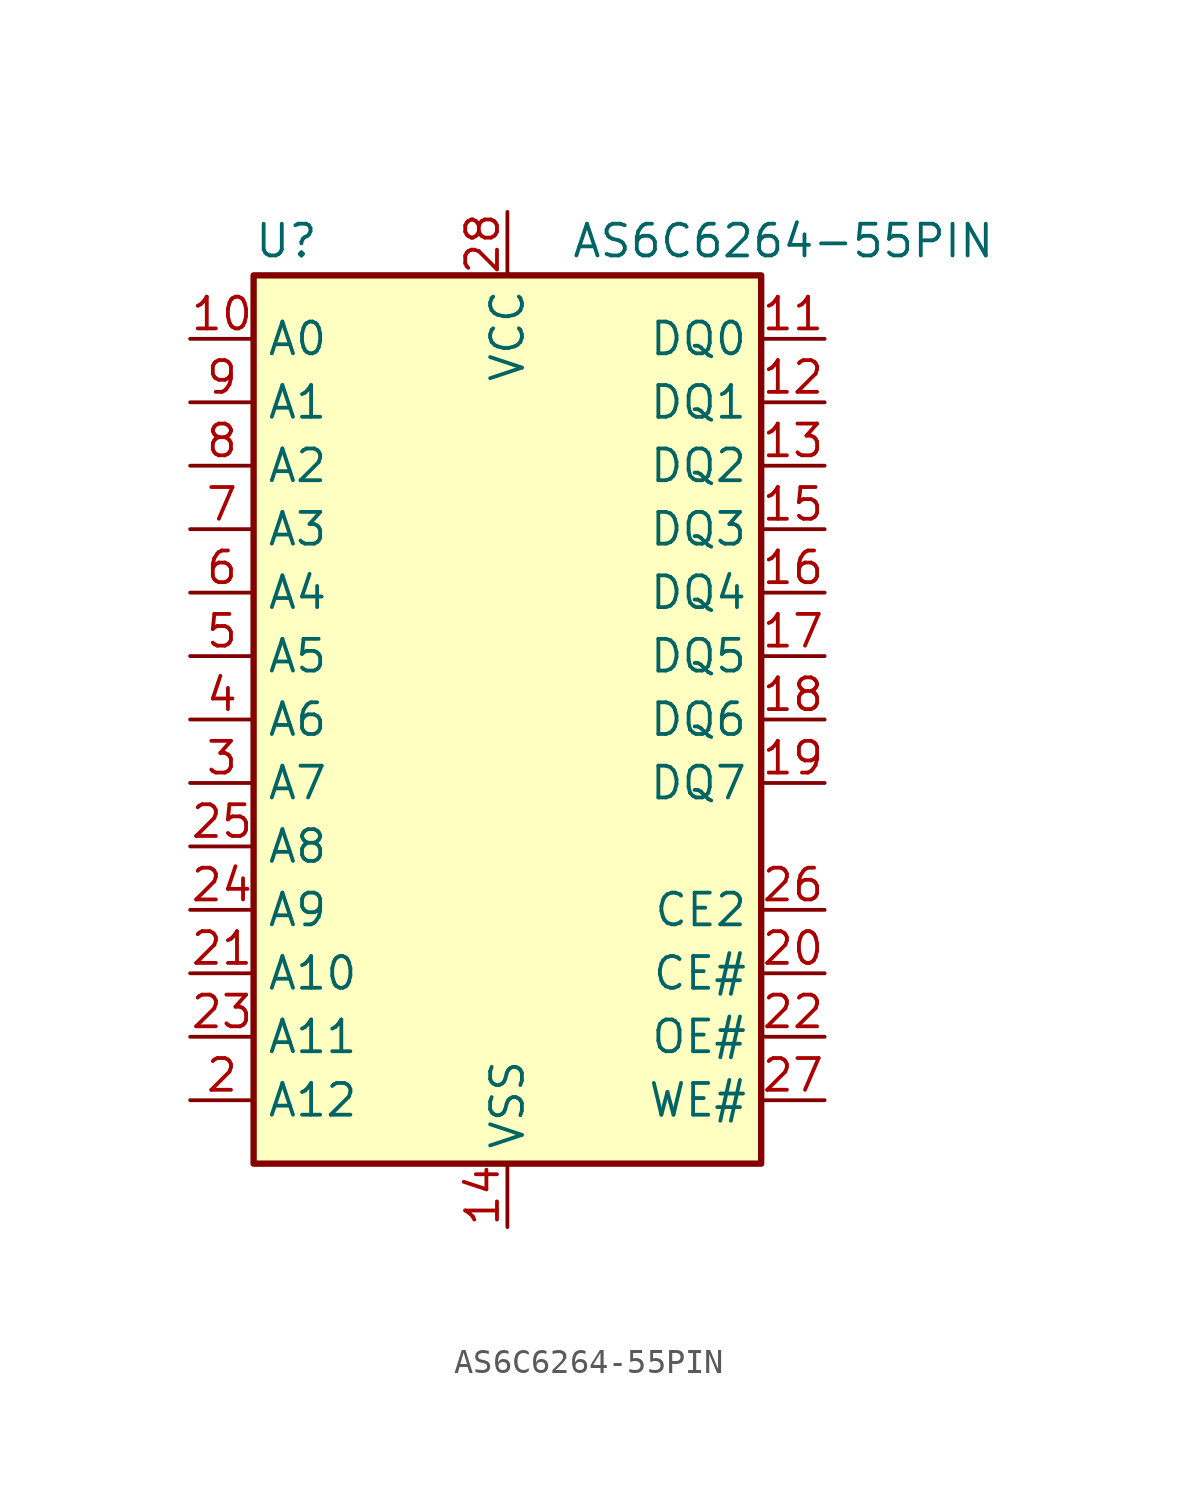
<source format=kicad_sym>
(kicad_symbol_lib
  (version 20220914)
  (generator kicad_symbol_editor)
  (symbol "AS6C6264-55PIN"
    (property "Reference" "U"
      (at -10.16 18.415 0)
      (effects (font (size 1.27 1.27)) (justify left bottom)))
    (property "Value" "AS6C6264-55PIN"
      (at 2.54 18.415 0)
      (effects (font (size 1.27 1.27)) (justify left bottom)))
    (symbol "AS6C6264-55PIN_0_0"
      (pin power_in line (at 0 -20.32 90) (length 2.54) (name "VSS" (effects (font (size 1.27 1.27)))) (number "14" (effects (font (size 1.27 1.27)))))
      (pin power_in line (at 0 20.32 270) (length 2.54) (name "VCC" (effects (font (size 1.27 1.27)))) (number "28" (effects (font (size 1.27 1.27))))))
    (symbol "AS6C6264-55PIN_0_1"
      (rectangle (start -10.16 17.78) (end 10.16 -17.78) (stroke (width 0.254) (type default)) (fill (type background))))
    (symbol "AS6C6264-55PIN_1_1"
      (pin input line (at -12.7 15.24 0) (length 2.54) (name "A0" (effects (font (size 1.27 1.27)))) (number "10" (effects (font (size 1.27 1.27)))))
      (pin tri_state line (at 12.7 15.24 180) (length 2.54) (name "DQ0" (effects (font (size 1.27 1.27)))) (number "11" (effects (font (size 1.27 1.27)))))
      (pin tri_state line (at 12.7 12.7 180) (length 2.54) (name "DQ1" (effects (font (size 1.27 1.27)))) (number "12" (effects (font (size 1.27 1.27)))))
      (pin tri_state line (at 12.7 10.16 180) (length 2.54) (name "DQ2" (effects (font (size 1.27 1.27)))) (number "13" (effects (font (size 1.27 1.27)))))
      (pin tri_state line (at 12.7 7.62 180) (length 2.54) (name "DQ3" (effects (font (size 1.27 1.27)))) (number "15" (effects (font (size 1.27 1.27)))))
      (pin tri_state line (at 12.7 5.08 180) (length 2.54) (name "DQ4" (effects (font (size 1.27 1.27)))) (number "16" (effects (font (size 1.27 1.27)))))
      (pin tri_state line (at 12.7 2.54 180) (length 2.54) (name "DQ5" (effects (font (size 1.27 1.27)))) (number "17" (effects (font (size 1.27 1.27)))))
      (pin tri_state line (at 12.7 0 180) (length 2.54) (name "DQ6" (effects (font (size 1.27 1.27)))) (number "18" (effects (font (size 1.27 1.27)))))
      (pin tri_state line (at 12.7 -2.54 180) (length 2.54) (name "DQ7" (effects (font (size 1.27 1.27)))) (number "19" (effects (font (size 1.27 1.27)))))
      (pin input line (at -12.7 -15.24 0) (length 2.54) (name "A12" (effects (font (size 1.27 1.27)))) (number "2" (effects (font (size 1.27 1.27)))))
      (pin input line (at 12.7 -10.16 180) (length 2.54) (name "CE#" (effects (font (size 1.27 1.27)))) (number "20" (effects (font (size 1.27 1.27)))))
      (pin input line (at -12.7 -10.16 0) (length 2.54) (name "A10" (effects (font (size 1.27 1.27)))) (number "21" (effects (font (size 1.27 1.27)))))
      (pin input line (at 12.7 -12.7 180) (length 2.54) (name "OE#" (effects (font (size 1.27 1.27)))) (number "22" (effects (font (size 1.27 1.27)))))
      (pin input line (at -12.7 -12.7 0) (length 2.54) (name "A11" (effects (font (size 1.27 1.27)))) (number "23" (effects (font (size 1.27 1.27)))))
      (pin input line (at -12.7 -7.62 0) (length 2.54) (name "A9" (effects (font (size 1.27 1.27)))) (number "24" (effects (font (size 1.27 1.27)))))
      (pin input line (at -12.7 -5.08 0) (length 2.54) (name "A8" (effects (font (size 1.27 1.27)))) (number "25" (effects (font (size 1.27 1.27)))))
      (pin input line (at 12.7 -7.62 180) (length 2.54) (name "CE2" (effects (font (size 1.27 1.27)))) (number "26" (effects (font (size 1.27 1.27)))))
      (pin input line (at 12.7 -15.24 180) (length 2.54) (name "WE#" (effects (font (size 1.27 1.27)))) (number "27" (effects (font (size 1.27 1.27)))))
      (pin input line (at -12.7 -2.54 0) (length 2.54) (name "A7" (effects (font (size 1.27 1.27)))) (number "3" (effects (font (size 1.27 1.27)))))
      (pin input line (at -12.7 0 0) (length 2.54) (name "A6" (effects (font (size 1.27 1.27)))) (number "4" (effects (font (size 1.27 1.27)))))
      (pin input line (at -12.7 2.54 0) (length 2.54) (name "A5" (effects (font (size 1.27 1.27)))) (number "5" (effects (font (size 1.27 1.27)))))
      (pin input line (at -12.7 5.08 0) (length 2.54) (name "A4" (effects (font (size 1.27 1.27)))) (number "6" (effects (font (size 1.27 1.27)))))
      (pin input line (at -12.7 7.62 0) (length 2.54) (name "A3" (effects (font (size 1.27 1.27)))) (number "7" (effects (font (size 1.27 1.27)))))
      (pin input line (at -12.7 10.16 0) (length 2.54) (name "A2" (effects (font (size 1.27 1.27)))) (number "8" (effects (font (size 1.27 1.27)))))
      (pin input line (at -12.7 12.7 0) (length 2.54) (name "A1" (effects (font (size 1.27 1.27)))) (number "9" (effects (font (size 1.27 1.27))))))))
</source>
